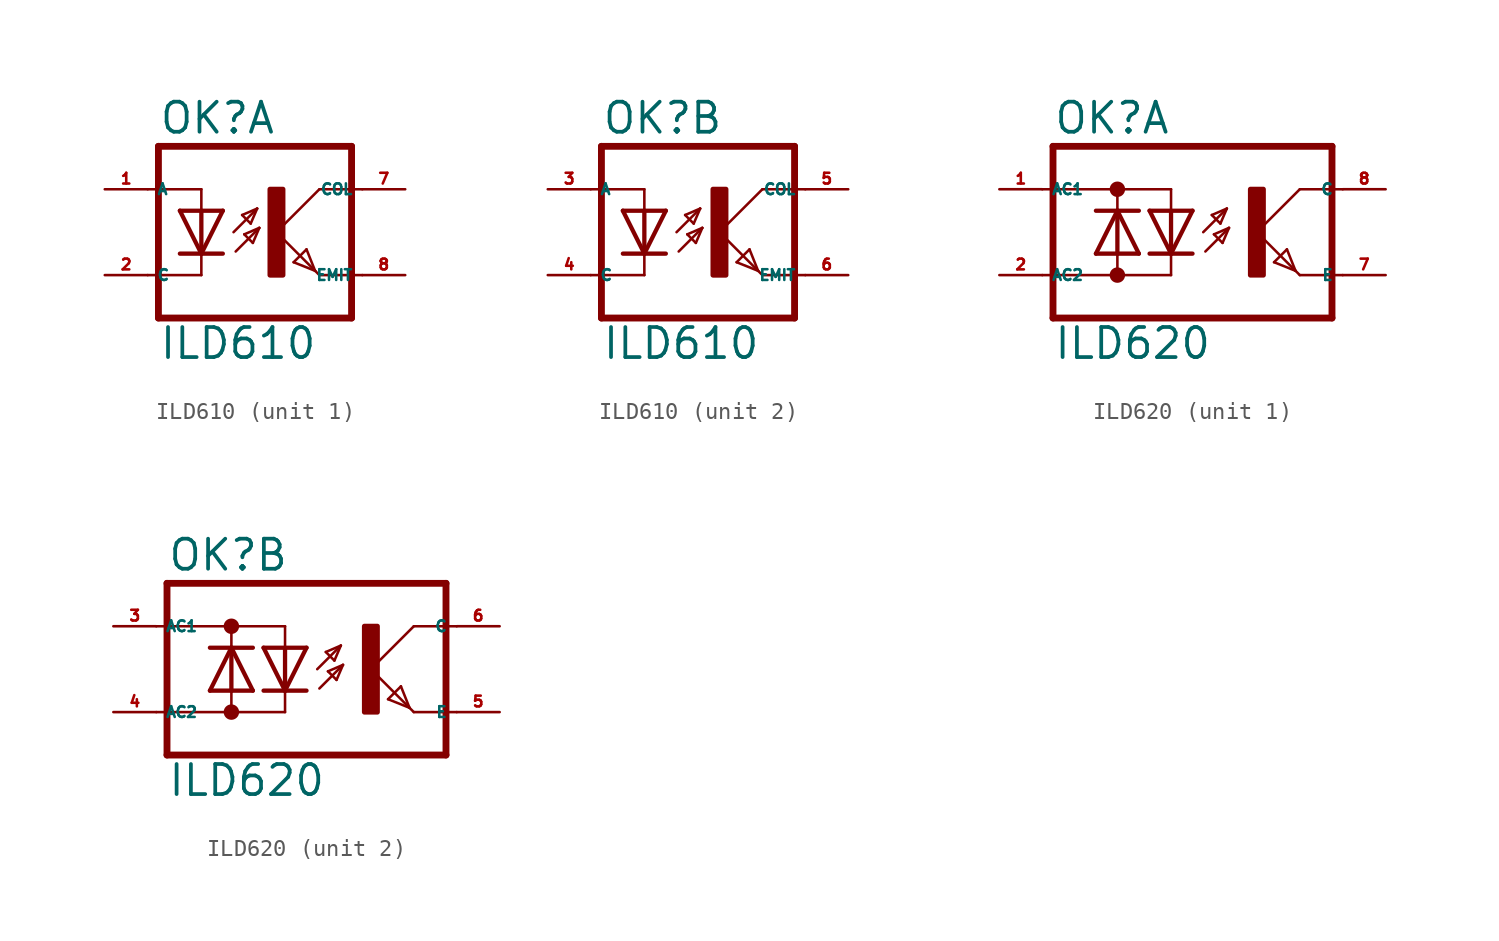
<source format=kicad_sym>
(kicad_symbol_lib
  (version 20220914)
  (generator kicad_symbol_editor)
  (symbol "ILD610"
    (property "Reference" "OK"
      (at -6.985 5.715 0)
      (effects (font (size 1.778 1.778) (thickness 0.22)) (justify left bottom)))
    (property "Value" "ILD610"
      (at -6.985 -7.62 0)
      (effects (font (size 1.778 1.778) (thickness 0.22)) (justify left bottom)))
    (symbol "ILD610_1_0"
      (rectangle (start -0.381 -2.54) (end 0.381 2.54) (stroke (width 0.3) (type default)) (fill (type outline)))
      (polyline (pts (xy -6.985 -5.08) (xy 4.445 -5.08)) (stroke (width 0.406) (type default)) (fill (type none)))
      (polyline (pts (xy -6.985 5.08) (xy -6.985 -5.08)) (stroke (width 0.406) (type default)) (fill (type none)))
      (polyline (pts (xy -6.985 5.08) (xy 4.445 5.08)) (stroke (width 0.406) (type default)) (fill (type none)))
      (polyline (pts (xy -4.445 -2.54) (xy -7.62 -2.54)) (stroke (width 0.152) (type default)) (fill (type none)))
      (polyline (pts (xy -4.445 -1.27) (xy -5.715 -1.27)) (stroke (width 0.254) (type default)) (fill (type none)))
      (polyline (pts (xy -4.445 -1.27) (xy -5.715 1.27)) (stroke (width 0.254) (type default)) (fill (type none)))
      (polyline (pts (xy -4.445 -1.27) (xy -4.445 -2.54)) (stroke (width 0.152) (type default)) (fill (type none)))
      (polyline (pts (xy -4.445 1.27) (xy -5.715 1.27)) (stroke (width 0.254) (type default)) (fill (type none)))
      (polyline (pts (xy -4.445 1.27) (xy -4.445 -1.27)) (stroke (width 0.254) (type default)) (fill (type none)))
      (polyline (pts (xy -4.445 2.54) (xy -7.62 2.54)) (stroke (width 0.152) (type default)) (fill (type none)))
      (polyline (pts (xy -4.445 2.54) (xy -4.445 1.27)) (stroke (width 0.152) (type default)) (fill (type none)))
      (polyline (pts (xy -3.175 -1.27) (xy -4.445 -1.27)) (stroke (width 0.254) (type default)) (fill (type none)))
      (polyline (pts (xy -3.175 1.27) (xy -4.445 -1.27)) (stroke (width 0.254) (type default)) (fill (type none)))
      (polyline (pts (xy -3.175 1.27) (xy -4.445 1.27)) (stroke (width 0.254) (type default)) (fill (type none)))
      (polyline (pts (xy -2.54 0) (xy -1.143 1.397)) (stroke (width 0.152) (type default)) (fill (type none)))
      (polyline (pts (xy -2.413 -1.143) (xy -1.016 0.254)) (stroke (width 0.152) (type default)) (fill (type none)))
      (polyline (pts (xy -2.032 1.016) (xy -1.524 0.508)) (stroke (width 0.152) (type default)) (fill (type none)))
      (polyline (pts (xy -1.905 -0.127) (xy -1.397 -0.635)) (stroke (width 0.152) (type default)) (fill (type none)))
      (polyline (pts (xy -1.524 0.508) (xy -1.143 1.397)) (stroke (width 0.152) (type default)) (fill (type none)))
      (polyline (pts (xy -1.397 -0.635) (xy -1.016 0.254)) (stroke (width 0.152) (type default)) (fill (type none)))
      (polyline (pts (xy -1.143 1.397) (xy -2.032 1.016)) (stroke (width 0.152) (type default)) (fill (type none)))
      (polyline (pts (xy -1.016 0.254) (xy -1.905 -0.127)) (stroke (width 0.152) (type default)) (fill (type none)))
      (polyline (pts (xy 0 0) (xy 2.286 -2.286)) (stroke (width 0.152) (type default)) (fill (type none)))
      (polyline (pts (xy 1.016 -1.778) (xy 1.778 -1.016)) (stroke (width 0.152) (type default)) (fill (type none)))
      (polyline (pts (xy 1.778 -1.016) (xy 2.286 -2.286)) (stroke (width 0.152) (type default)) (fill (type none)))
      (polyline (pts (xy 2.286 -2.286) (xy 1.016 -1.778)) (stroke (width 0.152) (type default)) (fill (type none)))
      (polyline (pts (xy 2.286 -2.286) (xy 2.54 -2.54)) (stroke (width 0.152) (type default)) (fill (type none)))
      (polyline (pts (xy 2.54 -2.54) (xy 5.08 -2.54)) (stroke (width 0.152) (type default)) (fill (type none)))
      (polyline (pts (xy 2.54 2.54) (xy 0 0)) (stroke (width 0.152) (type default)) (fill (type none)))
      (polyline (pts (xy 2.54 2.54) (xy 5.08 2.54)) (stroke (width 0.152) (type default)) (fill (type none)))
      (polyline (pts (xy 4.445 5.08) (xy 4.445 -5.08)) (stroke (width 0.406) (type default)) (fill (type none)))
      (pin passive line (at -10.16 2.54 0) (length 2.54) (name "A" (effects (font (size 0.635 0.635)))) (number "1" (effects (font (size 0.635 0.635)))))
      (pin passive line (at -10.16 -2.54 0) (length 2.54) (name "C" (effects (font (size 0.635 0.635)))) (number "2" (effects (font (size 0.635 0.635)))))
      (pin passive line (at 7.62 2.54 180) (length 2.54) (name "COL" (effects (font (size 0.635 0.635)))) (number "7" (effects (font (size 0.635 0.635)))))
      (pin passive line (at 7.62 -2.54 180) (length 2.54) (name "EMIT" (effects (font (size 0.635 0.635)))) (number "8" (effects (font (size 0.635 0.635))))))
    (symbol "ILD610_2_0"
      (rectangle (start -0.381 -2.54) (end 0.381 2.54) (stroke (width 0.3) (type default)) (fill (type outline)))
      (polyline (pts (xy -6.985 -5.08) (xy 4.445 -5.08)) (stroke (width 0.406) (type default)) (fill (type none)))
      (polyline (pts (xy -6.985 5.08) (xy -6.985 -5.08)) (stroke (width 0.406) (type default)) (fill (type none)))
      (polyline (pts (xy -6.985 5.08) (xy 4.445 5.08)) (stroke (width 0.406) (type default)) (fill (type none)))
      (polyline (pts (xy -4.445 -2.54) (xy -7.62 -2.54)) (stroke (width 0.152) (type default)) (fill (type none)))
      (polyline (pts (xy -4.445 -1.27) (xy -5.715 -1.27)) (stroke (width 0.254) (type default)) (fill (type none)))
      (polyline (pts (xy -4.445 -1.27) (xy -5.715 1.27)) (stroke (width 0.254) (type default)) (fill (type none)))
      (polyline (pts (xy -4.445 -1.27) (xy -4.445 -2.54)) (stroke (width 0.152) (type default)) (fill (type none)))
      (polyline (pts (xy -4.445 1.27) (xy -5.715 1.27)) (stroke (width 0.254) (type default)) (fill (type none)))
      (polyline (pts (xy -4.445 1.27) (xy -4.445 -1.27)) (stroke (width 0.254) (type default)) (fill (type none)))
      (polyline (pts (xy -4.445 2.54) (xy -7.62 2.54)) (stroke (width 0.152) (type default)) (fill (type none)))
      (polyline (pts (xy -4.445 2.54) (xy -4.445 1.27)) (stroke (width 0.152) (type default)) (fill (type none)))
      (polyline (pts (xy -3.175 -1.27) (xy -4.445 -1.27)) (stroke (width 0.254) (type default)) (fill (type none)))
      (polyline (pts (xy -3.175 1.27) (xy -4.445 -1.27)) (stroke (width 0.254) (type default)) (fill (type none)))
      (polyline (pts (xy -3.175 1.27) (xy -4.445 1.27)) (stroke (width 0.254) (type default)) (fill (type none)))
      (polyline (pts (xy -2.54 0) (xy -1.143 1.397)) (stroke (width 0.152) (type default)) (fill (type none)))
      (polyline (pts (xy -2.413 -1.143) (xy -1.016 0.254)) (stroke (width 0.152) (type default)) (fill (type none)))
      (polyline (pts (xy -2.032 1.016) (xy -1.524 0.508)) (stroke (width 0.152) (type default)) (fill (type none)))
      (polyline (pts (xy -1.905 -0.127) (xy -1.397 -0.635)) (stroke (width 0.152) (type default)) (fill (type none)))
      (polyline (pts (xy -1.524 0.508) (xy -1.143 1.397)) (stroke (width 0.152) (type default)) (fill (type none)))
      (polyline (pts (xy -1.397 -0.635) (xy -1.016 0.254)) (stroke (width 0.152) (type default)) (fill (type none)))
      (polyline (pts (xy -1.143 1.397) (xy -2.032 1.016)) (stroke (width 0.152) (type default)) (fill (type none)))
      (polyline (pts (xy -1.016 0.254) (xy -1.905 -0.127)) (stroke (width 0.152) (type default)) (fill (type none)))
      (polyline (pts (xy 0 0) (xy 2.286 -2.286)) (stroke (width 0.152) (type default)) (fill (type none)))
      (polyline (pts (xy 1.016 -1.778) (xy 1.778 -1.016)) (stroke (width 0.152) (type default)) (fill (type none)))
      (polyline (pts (xy 1.778 -1.016) (xy 2.286 -2.286)) (stroke (width 0.152) (type default)) (fill (type none)))
      (polyline (pts (xy 2.286 -2.286) (xy 1.016 -1.778)) (stroke (width 0.152) (type default)) (fill (type none)))
      (polyline (pts (xy 2.286 -2.286) (xy 2.54 -2.54)) (stroke (width 0.152) (type default)) (fill (type none)))
      (polyline (pts (xy 2.54 -2.54) (xy 5.08 -2.54)) (stroke (width 0.152) (type default)) (fill (type none)))
      (polyline (pts (xy 2.54 2.54) (xy 0 0)) (stroke (width 0.152) (type default)) (fill (type none)))
      (polyline (pts (xy 2.54 2.54) (xy 5.08 2.54)) (stroke (width 0.152) (type default)) (fill (type none)))
      (polyline (pts (xy 4.445 5.08) (xy 4.445 -5.08)) (stroke (width 0.406) (type default)) (fill (type none)))
      (pin passive line (at -10.16 2.54 0) (length 2.54) (name "A" (effects (font (size 0.635 0.635)))) (number "3" (effects (font (size 0.635 0.635)))))
      (pin passive line (at -10.16 -2.54 0) (length 2.54) (name "C" (effects (font (size 0.635 0.635)))) (number "4" (effects (font (size 0.635 0.635)))))
      (pin passive line (at 7.62 2.54 180) (length 2.54) (name "COL" (effects (font (size 0.635 0.635)))) (number "5" (effects (font (size 0.635 0.635)))))
      (pin passive line (at 7.62 -2.54 180) (length 2.54) (name "EMIT" (effects (font (size 0.635 0.635)))) (number "6" (effects (font (size 0.635 0.635)))))))
  (symbol "ILD620"
    (property "Reference" "OK"
      (at -6.985 5.715 0)
      (effects (font (size 1.778 1.778) (thickness 0.22)) (justify left bottom)))
    (property "Value" "ILD620"
      (at -6.985 -7.62 0)
      (effects (font (size 1.778 1.778) (thickness 0.22)) (justify left bottom)))
    (symbol "ILD620_1_0"
      (circle (center -3.175 -2.54) (radius 0.254) (stroke (width 0.406) (type default)) (fill (type none)))
      (circle (center -3.175 2.54) (radius 0.254) (stroke (width 0.406) (type default)) (fill (type none)))
      (polyline (pts (xy -6.985 -5.08) (xy 9.525 -5.08)) (stroke (width 0.406) (type default)) (fill (type none)))
      (polyline (pts (xy -6.985 5.08) (xy -6.985 -5.08)) (stroke (width 0.406) (type default)) (fill (type none)))
      (polyline (pts (xy -6.985 5.08) (xy 9.525 5.08)) (stroke (width 0.406) (type default)) (fill (type none)))
      (polyline (pts (xy -4.445 -1.27) (xy -3.175 -1.27)) (stroke (width 0.254) (type default)) (fill (type none)))
      (polyline (pts (xy -4.445 -1.27) (xy -3.175 1.27)) (stroke (width 0.254) (type default)) (fill (type none)))
      (polyline (pts (xy -4.445 1.27) (xy -3.175 1.27)) (stroke (width 0.254) (type default)) (fill (type none)))
      (polyline (pts (xy -3.175 -2.54) (xy -7.62 -2.54)) (stroke (width 0.152) (type default)) (fill (type none)))
      (polyline (pts (xy -3.175 -2.54) (xy -3.175 -1.27)) (stroke (width 0.152) (type default)) (fill (type none)))
      (polyline (pts (xy -3.175 -2.54) (xy 0 -2.54)) (stroke (width 0.152) (type default)) (fill (type none)))
      (polyline (pts (xy -3.175 -1.27) (xy -3.175 1.27)) (stroke (width 0.254) (type default)) (fill (type none)))
      (polyline (pts (xy -3.175 -1.27) (xy -1.905 -1.27)) (stroke (width 0.254) (type default)) (fill (type none)))
      (polyline (pts (xy -3.175 1.27) (xy -1.905 -1.27)) (stroke (width 0.254) (type default)) (fill (type none)))
      (polyline (pts (xy -3.175 1.27) (xy -1.905 1.27)) (stroke (width 0.254) (type default)) (fill (type none)))
      (polyline (pts (xy -3.175 2.54) (xy -7.62 2.54)) (stroke (width 0.152) (type default)) (fill (type none)))
      (polyline (pts (xy -3.175 2.54) (xy -3.175 1.27)) (stroke (width 0.152) (type default)) (fill (type none)))
      (polyline (pts (xy -3.175 2.54) (xy 0 2.54)) (stroke (width 0.152) (type default)) (fill (type none)))
      (polyline (pts (xy 0 -2.54) (xy 0 -1.27)) (stroke (width 0.152) (type default)) (fill (type none)))
      (polyline (pts (xy 0 -1.27) (xy -1.27 -1.27)) (stroke (width 0.254) (type default)) (fill (type none)))
      (polyline (pts (xy 0 -1.27) (xy -1.27 1.27)) (stroke (width 0.254) (type default)) (fill (type none)))
      (polyline (pts (xy 0 1.27) (xy -1.27 1.27)) (stroke (width 0.254) (type default)) (fill (type none)))
      (polyline (pts (xy 0 1.27) (xy 0 -1.27)) (stroke (width 0.254) (type default)) (fill (type none)))
      (polyline (pts (xy 0 2.54) (xy 0 1.27)) (stroke (width 0.152) (type default)) (fill (type none)))
      (polyline (pts (xy 1.27 -1.27) (xy 0 -1.27)) (stroke (width 0.254) (type default)) (fill (type none)))
      (polyline (pts (xy 1.27 1.27) (xy 0 -1.27)) (stroke (width 0.254) (type default)) (fill (type none)))
      (polyline (pts (xy 1.27 1.27) (xy 0 1.27)) (stroke (width 0.254) (type default)) (fill (type none)))
      (polyline (pts (xy 1.905 0) (xy 3.302 1.397)) (stroke (width 0.152) (type default)) (fill (type none)))
      (polyline (pts (xy 2.032 -1.143) (xy 3.429 0.254)) (stroke (width 0.152) (type default)) (fill (type none)))
      (polyline (pts (xy 2.413 1.016) (xy 2.921 0.508)) (stroke (width 0.152) (type default)) (fill (type none)))
      (polyline (pts (xy 2.54 -0.127) (xy 3.048 -0.635)) (stroke (width 0.152) (type default)) (fill (type none)))
      (polyline (pts (xy 2.921 0.508) (xy 3.302 1.397)) (stroke (width 0.152) (type default)) (fill (type none)))
      (polyline (pts (xy 3.048 -0.635) (xy 3.429 0.254)) (stroke (width 0.152) (type default)) (fill (type none)))
      (polyline (pts (xy 3.302 1.397) (xy 2.413 1.016)) (stroke (width 0.152) (type default)) (fill (type none)))
      (polyline (pts (xy 3.429 0.254) (xy 2.54 -0.127)) (stroke (width 0.152) (type default)) (fill (type none)))
      (polyline (pts (xy 5.08 0) (xy 7.366 -2.286)) (stroke (width 0.152) (type default)) (fill (type none)))
      (polyline (pts (xy 6.096 -1.778) (xy 6.858 -1.016)) (stroke (width 0.152) (type default)) (fill (type none)))
      (polyline (pts (xy 6.858 -1.016) (xy 7.366 -2.286)) (stroke (width 0.152) (type default)) (fill (type none)))
      (polyline (pts (xy 7.366 -2.286) (xy 6.096 -1.778)) (stroke (width 0.152) (type default)) (fill (type none)))
      (polyline (pts (xy 7.366 -2.286) (xy 7.62 -2.54)) (stroke (width 0.152) (type default)) (fill (type none)))
      (polyline (pts (xy 7.62 -2.54) (xy 10.16 -2.54)) (stroke (width 0.152) (type default)) (fill (type none)))
      (polyline (pts (xy 7.62 2.54) (xy 5.08 0)) (stroke (width 0.152) (type default)) (fill (type none)))
      (polyline (pts (xy 7.62 2.54) (xy 10.16 2.54)) (stroke (width 0.152) (type default)) (fill (type none)))
      (polyline (pts (xy 9.525 5.08) (xy 9.525 -5.08)) (stroke (width 0.406) (type default)) (fill (type none)))
      (rectangle (start 4.699 -2.54) (end 5.461 2.54) (stroke (width 0.3) (type default)) (fill (type outline)))
      (pin passive line (at -10.16 2.54 0) (length 2.54) (name "AC1" (effects (font (size 0.635 0.635)))) (number "1" (effects (font (size 0.635 0.635)))))
      (pin passive line (at -10.16 -2.54 0) (length 2.54) (name "AC2" (effects (font (size 0.635 0.635)))) (number "2" (effects (font (size 0.635 0.635)))))
      (pin passive line (at 12.7 -2.54 180) (length 2.54) (name "E" (effects (font (size 0.635 0.635)))) (number "7" (effects (font (size 0.635 0.635)))))
      (pin passive line (at 12.7 2.54 180) (length 2.54) (name "C" (effects (font (size 0.635 0.635)))) (number "8" (effects (font (size 0.635 0.635))))))
    (symbol "ILD620_2_0"
      (circle (center -3.175 -2.54) (radius 0.254) (stroke (width 0.406) (type default)) (fill (type none)))
      (circle (center -3.175 2.54) (radius 0.254) (stroke (width 0.406) (type default)) (fill (type none)))
      (polyline (pts (xy -6.985 -5.08) (xy 9.525 -5.08)) (stroke (width 0.406) (type default)) (fill (type none)))
      (polyline (pts (xy -6.985 5.08) (xy -6.985 -5.08)) (stroke (width 0.406) (type default)) (fill (type none)))
      (polyline (pts (xy -6.985 5.08) (xy 9.525 5.08)) (stroke (width 0.406) (type default)) (fill (type none)))
      (polyline (pts (xy -4.445 -1.27) (xy -3.175 -1.27)) (stroke (width 0.254) (type default)) (fill (type none)))
      (polyline (pts (xy -4.445 -1.27) (xy -3.175 1.27)) (stroke (width 0.254) (type default)) (fill (type none)))
      (polyline (pts (xy -4.445 1.27) (xy -3.175 1.27)) (stroke (width 0.254) (type default)) (fill (type none)))
      (polyline (pts (xy -3.175 -2.54) (xy -7.62 -2.54)) (stroke (width 0.152) (type default)) (fill (type none)))
      (polyline (pts (xy -3.175 -2.54) (xy -3.175 -1.27)) (stroke (width 0.152) (type default)) (fill (type none)))
      (polyline (pts (xy -3.175 -2.54) (xy 0 -2.54)) (stroke (width 0.152) (type default)) (fill (type none)))
      (polyline (pts (xy -3.175 -1.27) (xy -3.175 1.27)) (stroke (width 0.254) (type default)) (fill (type none)))
      (polyline (pts (xy -3.175 -1.27) (xy -1.905 -1.27)) (stroke (width 0.254) (type default)) (fill (type none)))
      (polyline (pts (xy -3.175 1.27) (xy -1.905 -1.27)) (stroke (width 0.254) (type default)) (fill (type none)))
      (polyline (pts (xy -3.175 1.27) (xy -1.905 1.27)) (stroke (width 0.254) (type default)) (fill (type none)))
      (polyline (pts (xy -3.175 2.54) (xy -7.62 2.54)) (stroke (width 0.152) (type default)) (fill (type none)))
      (polyline (pts (xy -3.175 2.54) (xy -3.175 1.27)) (stroke (width 0.152) (type default)) (fill (type none)))
      (polyline (pts (xy -3.175 2.54) (xy 0 2.54)) (stroke (width 0.152) (type default)) (fill (type none)))
      (polyline (pts (xy 0 -2.54) (xy 0 -1.27)) (stroke (width 0.152) (type default)) (fill (type none)))
      (polyline (pts (xy 0 -1.27) (xy -1.27 -1.27)) (stroke (width 0.254) (type default)) (fill (type none)))
      (polyline (pts (xy 0 -1.27) (xy -1.27 1.27)) (stroke (width 0.254) (type default)) (fill (type none)))
      (polyline (pts (xy 0 1.27) (xy -1.27 1.27)) (stroke (width 0.254) (type default)) (fill (type none)))
      (polyline (pts (xy 0 1.27) (xy 0 -1.27)) (stroke (width 0.254) (type default)) (fill (type none)))
      (polyline (pts (xy 0 2.54) (xy 0 1.27)) (stroke (width 0.152) (type default)) (fill (type none)))
      (polyline (pts (xy 1.27 -1.27) (xy 0 -1.27)) (stroke (width 0.254) (type default)) (fill (type none)))
      (polyline (pts (xy 1.27 1.27) (xy 0 -1.27)) (stroke (width 0.254) (type default)) (fill (type none)))
      (polyline (pts (xy 1.27 1.27) (xy 0 1.27)) (stroke (width 0.254) (type default)) (fill (type none)))
      (polyline (pts (xy 1.905 0) (xy 3.302 1.397)) (stroke (width 0.152) (type default)) (fill (type none)))
      (polyline (pts (xy 2.032 -1.143) (xy 3.429 0.254)) (stroke (width 0.152) (type default)) (fill (type none)))
      (polyline (pts (xy 2.413 1.016) (xy 2.921 0.508)) (stroke (width 0.152) (type default)) (fill (type none)))
      (polyline (pts (xy 2.54 -0.127) (xy 3.048 -0.635)) (stroke (width 0.152) (type default)) (fill (type none)))
      (polyline (pts (xy 2.921 0.508) (xy 3.302 1.397)) (stroke (width 0.152) (type default)) (fill (type none)))
      (polyline (pts (xy 3.048 -0.635) (xy 3.429 0.254)) (stroke (width 0.152) (type default)) (fill (type none)))
      (polyline (pts (xy 3.302 1.397) (xy 2.413 1.016)) (stroke (width 0.152) (type default)) (fill (type none)))
      (polyline (pts (xy 3.429 0.254) (xy 2.54 -0.127)) (stroke (width 0.152) (type default)) (fill (type none)))
      (polyline (pts (xy 5.08 0) (xy 7.366 -2.286)) (stroke (width 0.152) (type default)) (fill (type none)))
      (polyline (pts (xy 6.096 -1.778) (xy 6.858 -1.016)) (stroke (width 0.152) (type default)) (fill (type none)))
      (polyline (pts (xy 6.858 -1.016) (xy 7.366 -2.286)) (stroke (width 0.152) (type default)) (fill (type none)))
      (polyline (pts (xy 7.366 -2.286) (xy 6.096 -1.778)) (stroke (width 0.152) (type default)) (fill (type none)))
      (polyline (pts (xy 7.366 -2.286) (xy 7.62 -2.54)) (stroke (width 0.152) (type default)) (fill (type none)))
      (polyline (pts (xy 7.62 -2.54) (xy 10.16 -2.54)) (stroke (width 0.152) (type default)) (fill (type none)))
      (polyline (pts (xy 7.62 2.54) (xy 5.08 0)) (stroke (width 0.152) (type default)) (fill (type none)))
      (polyline (pts (xy 7.62 2.54) (xy 10.16 2.54)) (stroke (width 0.152) (type default)) (fill (type none)))
      (polyline (pts (xy 9.525 5.08) (xy 9.525 -5.08)) (stroke (width 0.406) (type default)) (fill (type none)))
      (rectangle (start 4.699 -2.54) (end 5.461 2.54) (stroke (width 0.3) (type default)) (fill (type outline)))
      (pin passive line (at -10.16 2.54 0) (length 2.54) (name "AC1" (effects (font (size 0.635 0.635)))) (number "3" (effects (font (size 0.635 0.635)))))
      (pin passive line (at -10.16 -2.54 0) (length 2.54) (name "AC2" (effects (font (size 0.635 0.635)))) (number "4" (effects (font (size 0.635 0.635)))))
      (pin passive line (at 12.7 -2.54 180) (length 2.54) (name "E" (effects (font (size 0.635 0.635)))) (number "5" (effects (font (size 0.635 0.635)))))
      (pin passive line (at 12.7 2.54 180) (length 2.54) (name "C" (effects (font (size 0.635 0.635)))) (number "6" (effects (font (size 0.635 0.635))))))))
</source>
